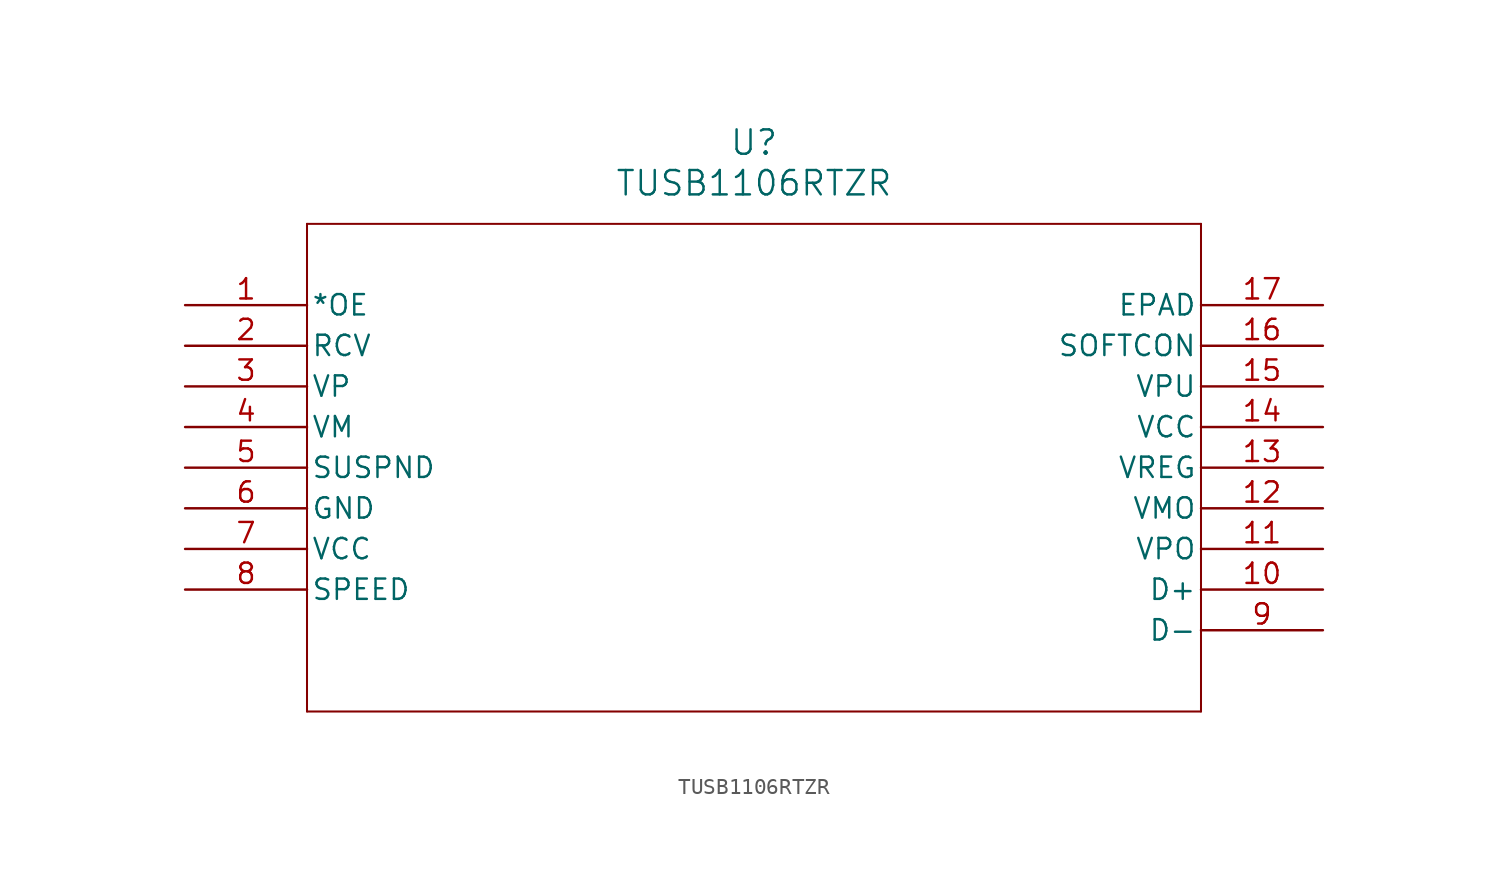
<source format=kicad_sym>
(kicad_symbol_lib
  (version 20211014)
  (generator kicad_symbol_editor)
  (symbol "TUSB1106RTZR"
    (pin_names
      (offset 0.254))
    (property "Reference" "U"
      (at 35.56 10.16 0)
      (effects (font (size 1.524 1.524))))
    (property "Value" "TUSB1106RTZR"
      (at 35.56 7.62 0)
      (effects (font (size 1.524 1.524))))
    (symbol "TUSB1106RTZR_0_1"
      (polyline (pts (xy 7.62 5.08) (xy 7.62 -25.4)) (stroke (width 0.127) (type default) (color 0 0 0 0)) (fill (type none)))
      (polyline (pts (xy 7.62 -25.4) (xy 63.5 -25.4)) (stroke (width 0.127) (type default) (color 0 0 0 0)) (fill (type none)))
      (polyline (pts (xy 63.5 -25.4) (xy 63.5 5.08)) (stroke (width 0.127) (type default) (color 0 0 0 0)) (fill (type none)))
      (polyline (pts (xy 63.5 5.08) (xy 7.62 5.08)) (stroke (width 0.127) (type default) (color 0 0 0 0)) (fill (type none)))
      (pin input line (at 0 0 0) (length 7.62) (name "*OE" (effects (font (size 1.27 1.27)))) (number "1" (effects (font (size 1.27 1.27)))))
      (pin output line (at 0 -2.54 0) (length 7.62) (name "RCV" (effects (font (size 1.27 1.27)))) (number "2" (effects (font (size 1.27 1.27)))))
      (pin output line (at 0 -5.08 0) (length 7.62) (name "VP" (effects (font (size 1.27 1.27)))) (number "3" (effects (font (size 1.27 1.27)))))
      (pin output line (at 0 -7.62 0) (length 7.62) (name "VM" (effects (font (size 1.27 1.27)))) (number "4" (effects (font (size 1.27 1.27)))))
      (pin input line (at 0 -10.16 0) (length 7.62) (name "SUSPND" (effects (font (size 1.27 1.27)))) (number "5" (effects (font (size 1.27 1.27)))))
      (pin power_in line (at 0 -12.7 0) (length 7.62) (name "GND" (effects (font (size 1.27 1.27)))) (number "6" (effects (font (size 1.27 1.27)))))
      (pin power_in line (at 0 -15.24 0) (length 7.62) (name "VCC" (effects (font (size 1.27 1.27)))) (number "7" (effects (font (size 1.27 1.27)))))
      (pin input line (at 0 -17.78 0) (length 7.62) (name "SPEED" (effects (font (size 1.27 1.27)))) (number "8" (effects (font (size 1.27 1.27)))))
      (pin bidirectional line (at 71.12 -20.32 180) (length 7.62) (name "D-" (effects (font (size 1.27 1.27)))) (number "9" (effects (font (size 1.27 1.27)))))
      (pin bidirectional line (at 71.12 -17.78 180) (length 7.62) (name "D+" (effects (font (size 1.27 1.27)))) (number "10" (effects (font (size 1.27 1.27)))))
      (pin unspecified line (at 71.12 -15.24 180) (length 7.62) (name "VPO" (effects (font (size 1.27 1.27)))) (number "11" (effects (font (size 1.27 1.27)))))
      (pin unspecified line (at 71.12 -12.7 180) (length 7.62) (name "VMO" (effects (font (size 1.27 1.27)))) (number "12" (effects (font (size 1.27 1.27)))))
      (pin power_in line (at 71.12 -10.16 180) (length 7.62) (name "VREG" (effects (font (size 1.27 1.27)))) (number "13" (effects (font (size 1.27 1.27)))))
      (pin power_in line (at 71.12 -7.62 180) (length 7.62) (name "VCC" (effects (font (size 1.27 1.27)))) (number "14" (effects (font (size 1.27 1.27)))))
      (pin power_in line (at 71.12 -5.08 180) (length 7.62) (name "VPU" (effects (font (size 1.27 1.27)))) (number "15" (effects (font (size 1.27 1.27)))))
      (pin input line (at 71.12 -2.54 180) (length 7.62) (name "SOFTCON" (effects (font (size 1.27 1.27)))) (number "16" (effects (font (size 1.27 1.27)))))
      (pin unspecified line (at 71.12 0 180) (length 7.62) (name "EPAD" (effects (font (size 1.27 1.27)))) (number "17" (effects (font (size 1.27 1.27))))))))
</source>
